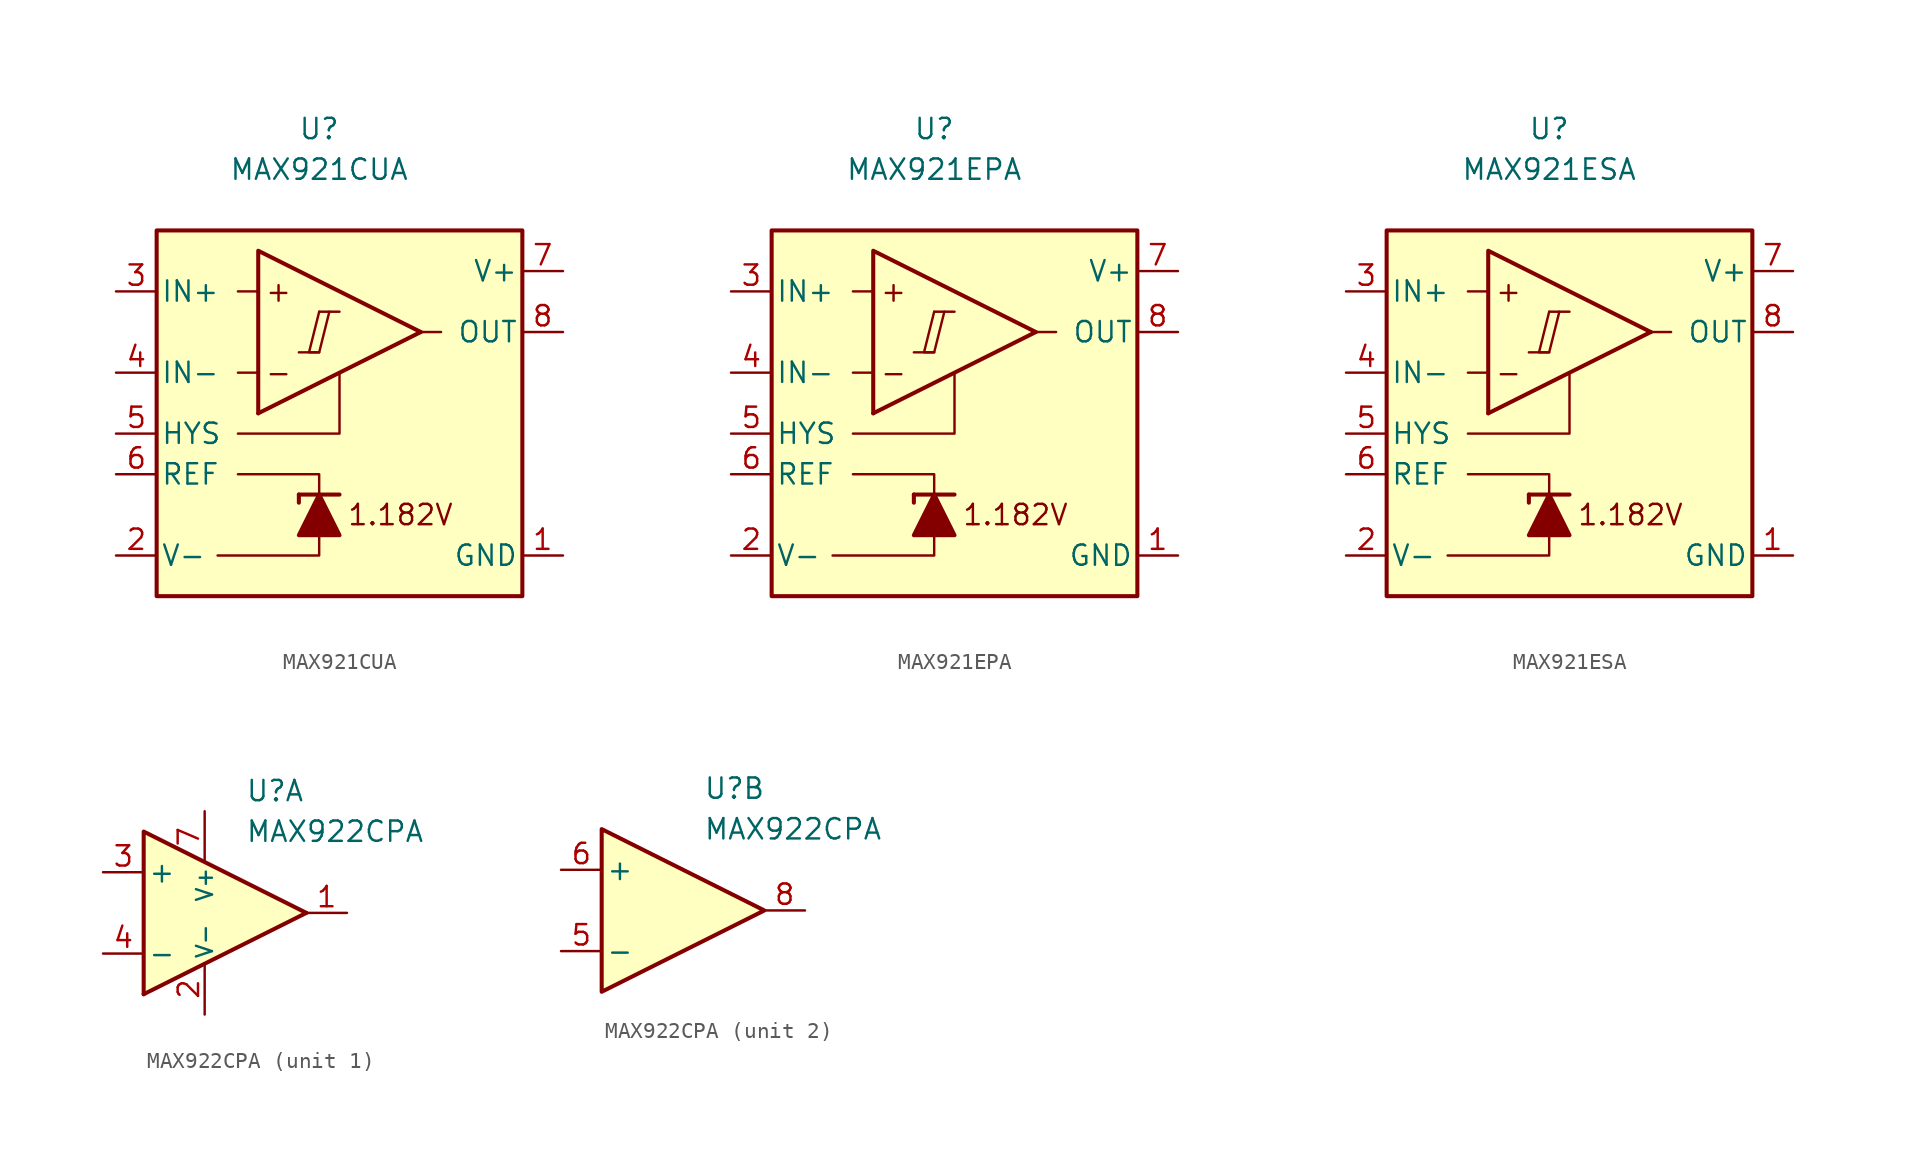
<source format=kicad_sym>
(kicad_symbol_lib
  (version 20231120)
  (generator "kicad_symbol_editor")
  (generator_version "8.0")
  (symbol "MAX921CUA"
    (pin_names
      (offset 0.254))
    (property "Reference" "U"
      (at 0 16.51 0)
      (effects (font (size 1.27 1.27))))
    (property "Value" "MAX921CUA"
      (at 0 13.97 0)
      (effects (font (size 1.27 1.27))))
    (symbol "MAX921CUA_0_0"
      (polyline (pts (xy -1.27 2.54) (xy 0 2.54)) (stroke (width 0.152) (type default)) (fill (type none)))
      (polyline (pts (xy 0 5.08) (xy 1.27 5.08)) (stroke (width 0.152) (type default)) (fill (type none)))
      (polyline (pts (xy 6.35 3.81) (xy -3.81 -1.27)) (stroke (width 0.254) (type default)) (fill (type none)))
      (polyline (pts (xy 6.35 3.81) (xy -3.81 8.89) (xy -3.81 -1.27)) (stroke (width 0.254) (type default)) (fill (type background)))
      (polyline (pts (xy 0 5.08) (xy -0.635 2.54) (xy 0 2.54) (xy 0.635 5.08)) (stroke (width 0.152) (type default)) (fill (type none)))
      (text "+" (at -2.54 6.35 0) (effects (font (size 1.27 1.27))))
      (text "-" (at -2.54 1.27 0) (effects (font (size 1.27 1.27))))
      (text "1.182V" (at 5.08 -7.62 0) (effects (font (size 1.27 1.27)))))
    (symbol "MAX921CUA_0_1"
      (polyline (pts (xy -3.81 1.27) (xy -5.08 1.27)) (stroke (width 0) (type default)) (fill (type none)))
      (polyline (pts (xy -3.81 6.35) (xy -5.08 6.35)) (stroke (width 0) (type default)) (fill (type none)))
      (polyline (pts (xy -1.27 -6.35) (xy -1.27 -6.858)) (stroke (width 0.254) (type default)) (fill (type none)))
      (polyline (pts (xy -1.27 -6.35) (xy 1.27 -6.35)) (stroke (width 0.254) (type default)) (fill (type none)))
      (polyline (pts (xy 6.35 3.81) (xy 7.62 3.81)) (stroke (width 0) (type default)) (fill (type none)))
      (polyline (pts (xy 0 -8.89) (xy 0 -10.16) (xy -6.35 -10.16)) (stroke (width 0) (type default)) (fill (type none)))
      (polyline (pts (xy 0 -6.35) (xy 0 -5.08) (xy -5.08 -5.08)) (stroke (width 0) (type default)) (fill (type none)))
      (polyline (pts (xy 1.27 1.27) (xy 1.27 -2.54) (xy -5.08 -2.54)) (stroke (width 0) (type default)) (fill (type none)))
      (polyline (pts (xy 1.27 -8.89) (xy -1.27 -8.89) (xy 0 -6.35) (xy 1.27 -8.89)) (stroke (width 0.254) (type default)) (fill (type outline)))
      (rectangle (start 12.7 10.16) (end -10.16 -12.7) (stroke (width 0.254) (type default)) (fill (type background))))
    (symbol "MAX921CUA_1_1"
      (pin power_in line (at 15.24 -10.16 180) (length 2.54) (name "GND" (effects (font (size 1.27 1.27)))) (number "1" (effects (font (size 1.27 1.27)))))
      (pin power_in line (at -12.7 -10.16 0) (length 2.54) (name "V-" (effects (font (size 1.27 1.27)))) (number "2" (effects (font (size 1.27 1.27)))))
      (pin input line (at -12.7 6.35 0) (length 2.54) (name "IN+" (effects (font (size 1.27 1.27)))) (number "3" (effects (font (size 1.27 1.27)))))
      (pin input line (at -12.7 1.27 0) (length 2.54) (name "IN-" (effects (font (size 1.27 1.27)))) (number "4" (effects (font (size 1.27 1.27)))))
      (pin input line (at -12.7 -2.54 0) (length 2.54) (name "HYS" (effects (font (size 1.27 1.27)))) (number "5" (effects (font (size 1.27 1.27)))))
      (pin output line (at -12.7 -5.08 0) (length 2.54) (name "REF" (effects (font (size 1.27 1.27)))) (number "6" (effects (font (size 1.27 1.27)))))
      (pin power_in line (at 15.24 7.62 180) (length 2.54) (name "V+" (effects (font (size 1.27 1.27)))) (number "7" (effects (font (size 1.27 1.27)))))
      (pin output line (at 15.24 3.81 180) (length 2.54) (name "OUT" (effects (font (size 1.27 1.27)))) (number "8" (effects (font (size 1.27 1.27)))))))
  (symbol "MAX921EPA"
    (pin_names
      (offset 0.254))
    (property "Reference" "U"
      (at 0 16.51 0)
      (effects (font (size 1.27 1.27))))
    (property "Value" "MAX921EPA"
      (at 0 13.97 0)
      (effects (font (size 1.27 1.27))))
    (symbol "MAX921EPA_0_0"
      (polyline (pts (xy -1.27 2.54) (xy 0 2.54)) (stroke (width 0.152) (type default)) (fill (type none)))
      (polyline (pts (xy 0 5.08) (xy 1.27 5.08)) (stroke (width 0.152) (type default)) (fill (type none)))
      (polyline (pts (xy 6.35 3.81) (xy -3.81 -1.27)) (stroke (width 0.254) (type default)) (fill (type none)))
      (polyline (pts (xy 6.35 3.81) (xy -3.81 8.89) (xy -3.81 -1.27)) (stroke (width 0.254) (type default)) (fill (type background)))
      (polyline (pts (xy 0 5.08) (xy -0.635 2.54) (xy 0 2.54) (xy 0.635 5.08)) (stroke (width 0.152) (type default)) (fill (type none)))
      (text "+" (at -2.54 6.35 0) (effects (font (size 1.27 1.27))))
      (text "-" (at -2.54 1.27 0) (effects (font (size 1.27 1.27))))
      (text "1.182V" (at 5.08 -7.62 0) (effects (font (size 1.27 1.27)))))
    (symbol "MAX921EPA_0_1"
      (polyline (pts (xy -3.81 1.27) (xy -5.08 1.27)) (stroke (width 0) (type default)) (fill (type none)))
      (polyline (pts (xy -3.81 6.35) (xy -5.08 6.35)) (stroke (width 0) (type default)) (fill (type none)))
      (polyline (pts (xy -1.27 -6.35) (xy -1.27 -6.858)) (stroke (width 0.254) (type default)) (fill (type none)))
      (polyline (pts (xy -1.27 -6.35) (xy 1.27 -6.35)) (stroke (width 0.254) (type default)) (fill (type none)))
      (polyline (pts (xy 6.35 3.81) (xy 7.62 3.81)) (stroke (width 0) (type default)) (fill (type none)))
      (polyline (pts (xy 0 -8.89) (xy 0 -10.16) (xy -6.35 -10.16)) (stroke (width 0) (type default)) (fill (type none)))
      (polyline (pts (xy 0 -6.35) (xy 0 -5.08) (xy -5.08 -5.08)) (stroke (width 0) (type default)) (fill (type none)))
      (polyline (pts (xy 1.27 1.27) (xy 1.27 -2.54) (xy -5.08 -2.54)) (stroke (width 0) (type default)) (fill (type none)))
      (polyline (pts (xy 1.27 -8.89) (xy -1.27 -8.89) (xy 0 -6.35) (xy 1.27 -8.89)) (stroke (width 0.254) (type default)) (fill (type outline)))
      (rectangle (start 12.7 10.16) (end -10.16 -12.7) (stroke (width 0.254) (type default)) (fill (type background))))
    (symbol "MAX921EPA_1_1"
      (pin power_in line (at 15.24 -10.16 180) (length 2.54) (name "GND" (effects (font (size 1.27 1.27)))) (number "1" (effects (font (size 1.27 1.27)))))
      (pin power_in line (at -12.7 -10.16 0) (length 2.54) (name "V-" (effects (font (size 1.27 1.27)))) (number "2" (effects (font (size 1.27 1.27)))))
      (pin input line (at -12.7 6.35 0) (length 2.54) (name "IN+" (effects (font (size 1.27 1.27)))) (number "3" (effects (font (size 1.27 1.27)))))
      (pin input line (at -12.7 1.27 0) (length 2.54) (name "IN-" (effects (font (size 1.27 1.27)))) (number "4" (effects (font (size 1.27 1.27)))))
      (pin input line (at -12.7 -2.54 0) (length 2.54) (name "HYS" (effects (font (size 1.27 1.27)))) (number "5" (effects (font (size 1.27 1.27)))))
      (pin output line (at -12.7 -5.08 0) (length 2.54) (name "REF" (effects (font (size 1.27 1.27)))) (number "6" (effects (font (size 1.27 1.27)))))
      (pin power_in line (at 15.24 7.62 180) (length 2.54) (name "V+" (effects (font (size 1.27 1.27)))) (number "7" (effects (font (size 1.27 1.27)))))
      (pin output line (at 15.24 3.81 180) (length 2.54) (name "OUT" (effects (font (size 1.27 1.27)))) (number "8" (effects (font (size 1.27 1.27)))))))
  (symbol "MAX921ESA"
    (pin_names
      (offset 0.254))
    (property "Reference" "U"
      (at 0 16.51 0)
      (effects (font (size 1.27 1.27))))
    (property "Value" "MAX921ESA"
      (at 0 13.97 0)
      (effects (font (size 1.27 1.27))))
    (symbol "MAX921ESA_0_0"
      (polyline (pts (xy -1.27 2.54) (xy 0 2.54)) (stroke (width 0.152) (type default)) (fill (type none)))
      (polyline (pts (xy 0 5.08) (xy 1.27 5.08)) (stroke (width 0.152) (type default)) (fill (type none)))
      (polyline (pts (xy 6.35 3.81) (xy -3.81 -1.27)) (stroke (width 0.254) (type default)) (fill (type none)))
      (polyline (pts (xy 6.35 3.81) (xy -3.81 8.89) (xy -3.81 -1.27)) (stroke (width 0.254) (type default)) (fill (type background)))
      (polyline (pts (xy 0 5.08) (xy -0.635 2.54) (xy 0 2.54) (xy 0.635 5.08)) (stroke (width 0.152) (type default)) (fill (type none)))
      (text "+" (at -2.54 6.35 0) (effects (font (size 1.27 1.27))))
      (text "-" (at -2.54 1.27 0) (effects (font (size 1.27 1.27))))
      (text "1.182V" (at 5.08 -7.62 0) (effects (font (size 1.27 1.27)))))
    (symbol "MAX921ESA_0_1"
      (polyline (pts (xy -3.81 1.27) (xy -5.08 1.27)) (stroke (width 0) (type default)) (fill (type none)))
      (polyline (pts (xy -3.81 6.35) (xy -5.08 6.35)) (stroke (width 0) (type default)) (fill (type none)))
      (polyline (pts (xy -1.27 -6.35) (xy -1.27 -6.858)) (stroke (width 0.254) (type default)) (fill (type none)))
      (polyline (pts (xy -1.27 -6.35) (xy 1.27 -6.35)) (stroke (width 0.254) (type default)) (fill (type none)))
      (polyline (pts (xy 6.35 3.81) (xy 7.62 3.81)) (stroke (width 0) (type default)) (fill (type none)))
      (polyline (pts (xy 0 -8.89) (xy 0 -10.16) (xy -6.35 -10.16)) (stroke (width 0) (type default)) (fill (type none)))
      (polyline (pts (xy 0 -6.35) (xy 0 -5.08) (xy -5.08 -5.08)) (stroke (width 0) (type default)) (fill (type none)))
      (polyline (pts (xy 1.27 1.27) (xy 1.27 -2.54) (xy -5.08 -2.54)) (stroke (width 0) (type default)) (fill (type none)))
      (polyline (pts (xy 1.27 -8.89) (xy -1.27 -8.89) (xy 0 -6.35) (xy 1.27 -8.89)) (stroke (width 0.254) (type default)) (fill (type outline)))
      (rectangle (start 12.7 10.16) (end -10.16 -12.7) (stroke (width 0.254) (type default)) (fill (type background))))
    (symbol "MAX921ESA_1_1"
      (pin power_in line (at 15.24 -10.16 180) (length 2.54) (name "GND" (effects (font (size 1.27 1.27)))) (number "1" (effects (font (size 1.27 1.27)))))
      (pin power_in line (at -12.7 -10.16 0) (length 2.54) (name "V-" (effects (font (size 1.27 1.27)))) (number "2" (effects (font (size 1.27 1.27)))))
      (pin input line (at -12.7 6.35 0) (length 2.54) (name "IN+" (effects (font (size 1.27 1.27)))) (number "3" (effects (font (size 1.27 1.27)))))
      (pin input line (at -12.7 1.27 0) (length 2.54) (name "IN-" (effects (font (size 1.27 1.27)))) (number "4" (effects (font (size 1.27 1.27)))))
      (pin input line (at -12.7 -2.54 0) (length 2.54) (name "HYS" (effects (font (size 1.27 1.27)))) (number "5" (effects (font (size 1.27 1.27)))))
      (pin output line (at -12.7 -5.08 0) (length 2.54) (name "REF" (effects (font (size 1.27 1.27)))) (number "6" (effects (font (size 1.27 1.27)))))
      (pin power_in line (at 15.24 7.62 180) (length 2.54) (name "V+" (effects (font (size 1.27 1.27)))) (number "7" (effects (font (size 1.27 1.27)))))
      (pin output line (at 15.24 3.81 180) (length 2.54) (name "OUT" (effects (font (size 1.27 1.27)))) (number "8" (effects (font (size 1.27 1.27)))))))
  (symbol "MAX922CPA"
    (pin_names
      (offset 0.254))
    (property "Reference" "U"
      (at 2.54 7.62 0)
      (effects (font (size 1.27 1.27)) (justify left)))
    (property "Value" "MAX922CPA"
      (at 2.54 5.08 0)
      (effects (font (size 1.27 1.27)) (justify left)))
    (property "ki_locked" ""
      (at 0 0 0)
      (effects (font (size 1.27 1.27))))
    (symbol "MAX922CPA_1_0"
      (polyline (pts (xy 6.35 0) (xy -3.81 -5.08)) (stroke (width 0.254) (type default)) (fill (type none)))
      (polyline (pts (xy 6.35 0) (xy -3.81 5.08) (xy -3.81 -5.08)) (stroke (width 0.254) (type default)) (fill (type background))))
    (symbol "MAX922CPA_1_1"
      (pin output line (at 8.89 0 180) (length 2.54) (name "~" (effects (font (size 1.27 1.27)))) (number "1" (effects (font (size 1.27 1.27)))))
      (pin power_in line (at 0 -6.35 90) (length 3.18) (name "V-" (effects (font (size 1 1)))) (number "2" (effects (font (size 1.27 1.27)))))
      (pin input line (at -6.35 2.54 0) (length 2.54) (name "+" (effects (font (size 1.27 1.27)))) (number "3" (effects (font (size 1.27 1.27)))))
      (pin input line (at -6.35 -2.54 0) (length 2.54) (name "-" (effects (font (size 1.27 1.27)))) (number "4" (effects (font (size 1.27 1.27)))))
      (pin power_in line (at 0 6.35 270) (length 3.18) (name "V+" (effects (font (size 1 1)))) (number "7" (effects (font (size 1.27 1.27))))))
    (symbol "MAX922CPA_2_0"
      (polyline (pts (xy 6.35 0) (xy -3.81 5.08) (xy -3.81 -5.08) (xy 6.35 0)) (stroke (width 0.254) (type default)) (fill (type background))))
    (symbol "MAX922CPA_2_1"
      (pin input line (at -6.35 -2.54 0) (length 2.54) (name "-" (effects (font (size 1.27 1.27)))) (number "5" (effects (font (size 1.27 1.27)))))
      (pin input line (at -6.35 2.54 0) (length 2.54) (name "+" (effects (font (size 1.27 1.27)))) (number "6" (effects (font (size 1.27 1.27)))))
      (pin output line (at 8.89 0 180) (length 2.54) (name "~" (effects (font (size 1.27 1.27)))) (number "8" (effects (font (size 1.27 1.27))))))))
</source>
